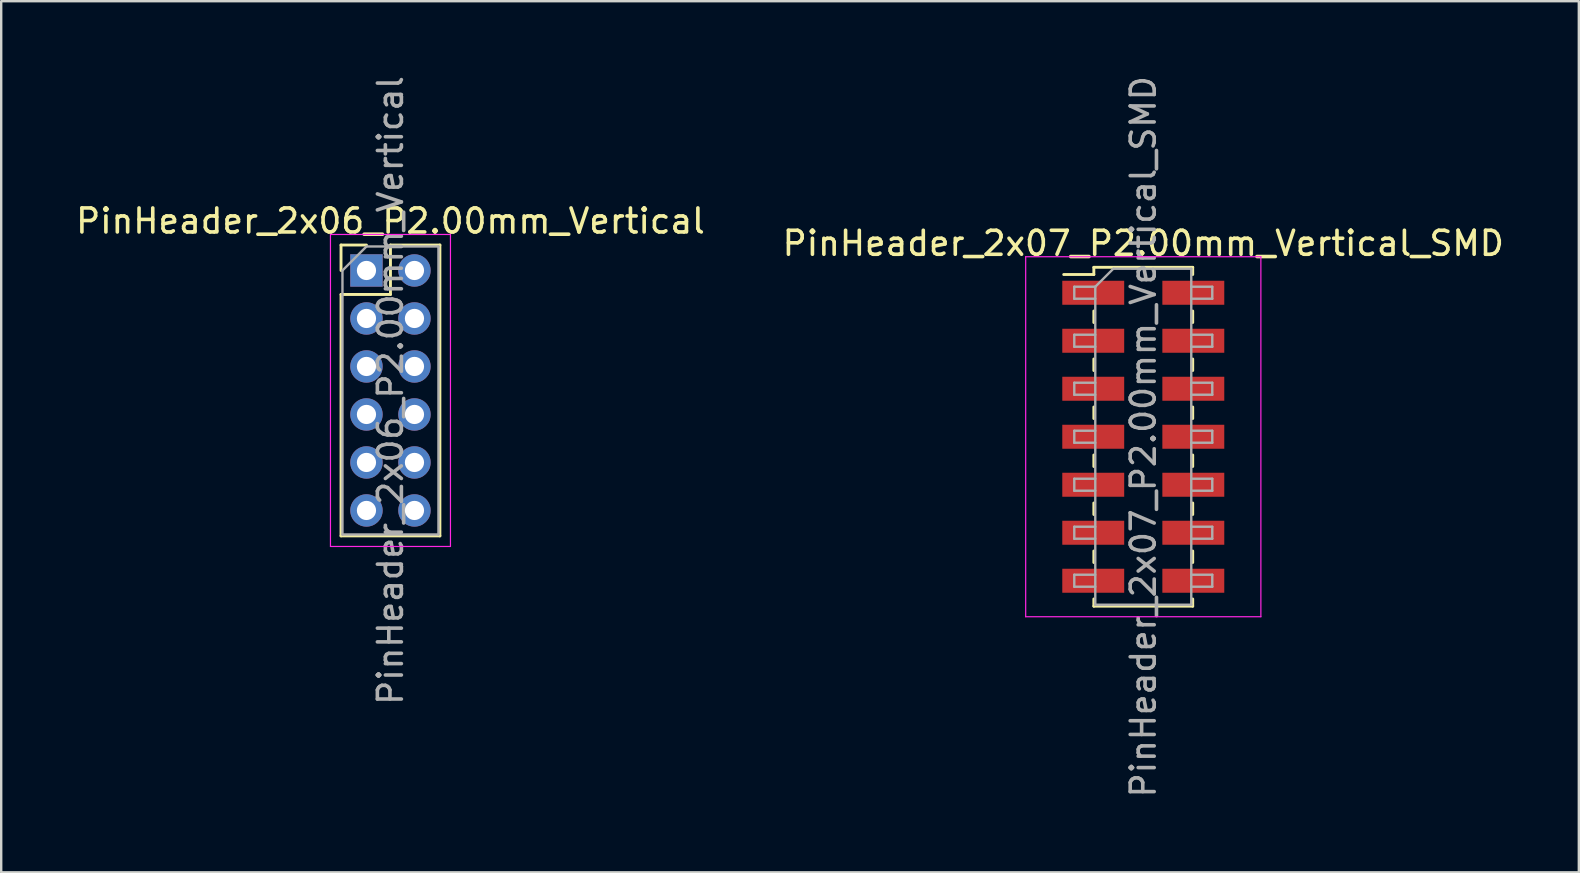
<source format=kicad_pcb>
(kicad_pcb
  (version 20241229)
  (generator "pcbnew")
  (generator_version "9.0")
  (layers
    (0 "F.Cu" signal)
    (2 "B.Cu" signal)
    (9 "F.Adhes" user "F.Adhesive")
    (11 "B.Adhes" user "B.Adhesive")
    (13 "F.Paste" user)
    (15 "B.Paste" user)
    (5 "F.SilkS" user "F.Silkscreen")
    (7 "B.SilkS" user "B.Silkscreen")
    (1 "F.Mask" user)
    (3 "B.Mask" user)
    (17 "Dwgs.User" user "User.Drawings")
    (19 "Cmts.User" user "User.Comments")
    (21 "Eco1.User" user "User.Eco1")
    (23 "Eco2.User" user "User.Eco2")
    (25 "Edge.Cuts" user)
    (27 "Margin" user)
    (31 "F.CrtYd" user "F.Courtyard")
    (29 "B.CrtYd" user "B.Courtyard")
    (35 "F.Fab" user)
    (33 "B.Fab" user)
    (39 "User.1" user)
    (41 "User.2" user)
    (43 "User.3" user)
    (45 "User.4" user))
  (footprint "PinHeader_2x06_P2.00mm_Vertical"
    (layer "F.Cu")
    (at 12.22 8.22)
    (property "Reference" "PinHeader_2x06_P2.00mm_Vertical" (at 1 -2.06 0) (layer "F.SilkS") (effects (font (size 1 1) (thickness 0.15))))
    (attr through_hole)
    (fp_line (start -1.06 -1.06) (end 0 -1.06) (stroke (width 0.12) (type solid)) (layer "F.SilkS"))
    (fp_line (start -1.06 0) (end -1.06 -1.06) (stroke (width 0.12) (type solid)) (layer "F.SilkS"))
    (fp_line (start -1.06 1) (end -1.06 11.06) (stroke (width 0.12) (type solid)) (layer "F.SilkS"))
    (fp_line (start -1.06 1) (end 1 1) (stroke (width 0.12) (type solid)) (layer "F.SilkS"))
    (fp_line (start -1.06 11.06) (end 3.06 11.06) (stroke (width 0.12) (type solid)) (layer "F.SilkS"))
    (fp_line (start 1 -1.06) (end 3.06 -1.06) (stroke (width 0.12) (type solid)) (layer "F.SilkS"))
    (fp_line (start 1 1) (end 1 -1.06) (stroke (width 0.12) (type solid)) (layer "F.SilkS"))
    (fp_line (start 3.06 -1.06) (end 3.06 11.06) (stroke (width 0.12) (type solid)) (layer "F.SilkS"))
    (fp_line (start -1.5 -1.5) (end -1.5 11.5) (stroke (width 0.05) (type solid)) (layer "F.CrtYd"))
    (fp_line (start -1.5 11.5) (end 3.5 11.5) (stroke (width 0.05) (type solid)) (layer "F.CrtYd"))
    (fp_line (start 3.5 -1.5) (end -1.5 -1.5) (stroke (width 0.05) (type solid)) (layer "F.CrtYd"))
    (fp_line (start 3.5 11.5) (end 3.5 -1.5) (stroke (width 0.05) (type solid)) (layer "F.CrtYd"))
    (fp_line (start -1 0) (end 0 -1) (stroke (width 0.1) (type solid)) (layer "F.Fab"))
    (fp_line (start -1 11) (end -1 0) (stroke (width 0.1) (type solid)) (layer "F.Fab"))
    (fp_line (start 0 -1) (end 3 -1) (stroke (width 0.1) (type solid)) (layer "F.Fab"))
    (fp_line (start 3 -1) (end 3 11) (stroke (width 0.1) (type solid)) (layer "F.Fab"))
    (fp_line (start 3 11) (end -1 11) (stroke (width 0.1) (type solid)) (layer "F.Fab"))
    (fp_text user "${REFERENCE}" (at 1 5 90) (layer "F.Fab") (effects (font (size 1 1) (thickness 0.15))))
    (pad "1" thru_hole rect (at 0 0) (size 1.35 1.35) (drill 0.8) (layers "*.Cu" "*.Mask"))
    (pad "2" thru_hole oval (at 2 0) (size 1.35 1.35) (drill 0.8) (layers "*.Cu" "*.Mask"))
    (pad "3" thru_hole oval (at 0 2) (size 1.35 1.35) (drill 0.8) (layers "*.Cu" "*.Mask"))
    (pad "4" thru_hole oval (at 2 2) (size 1.35 1.35) (drill 0.8) (layers "*.Cu" "*.Mask"))
    (pad "5" thru_hole oval (at 0 4) (size 1.35 1.35) (drill 0.8) (layers "*.Cu" "*.Mask"))
    (pad "6" thru_hole oval (at 2 4) (size 1.35 1.35) (drill 0.8) (layers "*.Cu" "*.Mask"))
    (pad "7" thru_hole oval (at 0 6) (size 1.35 1.35) (drill 0.8) (layers "*.Cu" "*.Mask"))
    (pad "8" thru_hole oval (at 2 6) (size 1.35 1.35) (drill 0.8) (layers "*.Cu" "*.Mask"))
    (pad "9" thru_hole oval (at 0 8) (size 1.35 1.35) (drill 0.8) (layers "*.Cu" "*.Mask"))
    (pad "10" thru_hole oval (at 2 8) (size 1.35 1.35) (drill 0.8) (layers "*.Cu" "*.Mask"))
    (pad "11" thru_hole oval (at 0 10) (size 1.35 1.35) (drill 0.8) (layers "*.Cu" "*.Mask"))
    (pad "12" thru_hole oval (at 2 10) (size 1.35 1.35) (drill 0.8) (layers "*.Cu" "*.Mask")))
  (footprint "PinHeader_2x07_P2.00mm_Vertical_SMD"
    (layer "F.Cu")
    (at 44.589 15.149)
    (property "Reference" "PinHeader_2x07_P2.00mm_Vertical_SMD" (at 0 -8.06 0) (layer "F.SilkS") (effects (font (size 1 1) (thickness 0.15))))
    (attr smd)
    (fp_line (start -3.315 -6.76) (end -2.06 -6.76) (stroke (width 0.12) (type solid)) (layer "F.SilkS"))
    (fp_line (start -2.06 -7.06) (end -2.06 -6.76) (stroke (width 0.12) (type solid)) (layer "F.SilkS"))
    (fp_line (start -2.06 -7.06) (end 2.06 -7.06) (stroke (width 0.12) (type solid)) (layer "F.SilkS"))
    (fp_line (start -2.06 -5.24) (end -2.06 -4.76) (stroke (width 0.12) (type solid)) (layer "F.SilkS"))
    (fp_line (start -2.06 -3.24) (end -2.06 -2.76) (stroke (width 0.12) (type solid)) (layer "F.SilkS"))
    (fp_line (start -2.06 -1.24) (end -2.06 -0.76) (stroke (width 0.12) (type solid)) (layer "F.SilkS"))
    (fp_line (start -2.06 0.76) (end -2.06 1.24) (stroke (width 0.12) (type solid)) (layer "F.SilkS"))
    (fp_line (start -2.06 2.76) (end -2.06 3.24) (stroke (width 0.12) (type solid)) (layer "F.SilkS"))
    (fp_line (start -2.06 4.76) (end -2.06 5.24) (stroke (width 0.12) (type solid)) (layer "F.SilkS"))
    (fp_line (start -2.06 6.76) (end -2.06 7.06) (stroke (width 0.12) (type solid)) (layer "F.SilkS"))
    (fp_line (start -2.06 7.06) (end 2.06 7.06) (stroke (width 0.12) (type solid)) (layer "F.SilkS"))
    (fp_line (start 2.06 -7.06) (end 2.06 -6.76) (stroke (width 0.12) (type solid)) (layer "F.SilkS"))
    (fp_line (start 2.06 -5.24) (end 2.06 -4.76) (stroke (width 0.12) (type solid)) (layer "F.SilkS"))
    (fp_line (start 2.06 -3.24) (end 2.06 -2.76) (stroke (width 0.12) (type solid)) (layer "F.SilkS"))
    (fp_line (start 2.06 -1.24) (end 2.06 -0.76) (stroke (width 0.12) (type solid)) (layer "F.SilkS"))
    (fp_line (start 2.06 0.76) (end 2.06 1.24) (stroke (width 0.12) (type solid)) (layer "F.SilkS"))
    (fp_line (start 2.06 2.76) (end 2.06 3.24) (stroke (width 0.12) (type solid)) (layer "F.SilkS"))
    (fp_line (start 2.06 4.76) (end 2.06 5.24) (stroke (width 0.12) (type solid)) (layer "F.SilkS"))
    (fp_line (start 2.06 6.76) (end 2.06 7.06) (stroke (width 0.12) (type solid)) (layer "F.SilkS"))
    (fp_line (start -4.9 -7.5) (end -4.9 7.5) (stroke (width 0.05) (type solid)) (layer "F.CrtYd"))
    (fp_line (start -4.9 7.5) (end 4.9 7.5) (stroke (width 0.05) (type solid)) (layer "F.CrtYd"))
    (fp_line (start 4.9 -7.5) (end -4.9 -7.5) (stroke (width 0.05) (type solid)) (layer "F.CrtYd"))
    (fp_line (start 4.9 7.5) (end 4.9 -7.5) (stroke (width 0.05) (type solid)) (layer "F.CrtYd"))
    (fp_line (start -2.875 -6.25) (end -2.875 -5.75) (stroke (width 0.1) (type solid)) (layer "F.Fab"))
    (fp_line (start -2.875 -5.75) (end -2 -5.75) (stroke (width 0.1) (type solid)) (layer "F.Fab"))
    (fp_line (start -2.875 -4.25) (end -2.875 -3.75) (stroke (width 0.1) (type solid)) (layer "F.Fab"))
    (fp_line (start -2.875 -3.75) (end -2 -3.75) (stroke (width 0.1) (type solid)) (layer "F.Fab"))
    (fp_line (start -2.875 -2.25) (end -2.875 -1.75) (stroke (width 0.1) (type solid)) (layer "F.Fab"))
    (fp_line (start -2.875 -1.75) (end -2 -1.75) (stroke (width 0.1) (type solid)) (layer "F.Fab"))
    (fp_line (start -2.875 -0.25) (end -2.875 0.25) (stroke (width 0.1) (type solid)) (layer "F.Fab"))
    (fp_line (start -2.875 0.25) (end -2 0.25) (stroke (width 0.1) (type solid)) (layer "F.Fab"))
    (fp_line (start -2.875 1.75) (end -2.875 2.25) (stroke (width 0.1) (type solid)) (layer "F.Fab"))
    (fp_line (start -2.875 2.25) (end -2 2.25) (stroke (width 0.1) (type solid)) (layer "F.Fab"))
    (fp_line (start -2.875 3.75) (end -2.875 4.25) (stroke (width 0.1) (type solid)) (layer "F.Fab"))
    (fp_line (start -2.875 4.25) (end -2 4.25) (stroke (width 0.1) (type solid)) (layer "F.Fab"))
    (fp_line (start -2.875 5.75) (end -2.875 6.25) (stroke (width 0.1) (type solid)) (layer "F.Fab"))
    (fp_line (start -2.875 6.25) (end -2 6.25) (stroke (width 0.1) (type solid)) (layer "F.Fab"))
    (fp_line (start -2 -6.25) (end -2.875 -6.25) (stroke (width 0.1) (type solid)) (layer "F.Fab"))
    (fp_line (start -2 -6.25) (end -1.25 -7) (stroke (width 0.1) (type solid)) (layer "F.Fab"))
    (fp_line (start -2 -4.25) (end -2.875 -4.25) (stroke (width 0.1) (type solid)) (layer "F.Fab"))
    (fp_line (start -2 -2.25) (end -2.875 -2.25) (stroke (width 0.1) (type solid)) (layer "F.Fab"))
    (fp_line (start -2 -0.25) (end -2.875 -0.25) (stroke (width 0.1) (type solid)) (layer "F.Fab"))
    (fp_line (start -2 1.75) (end -2.875 1.75) (stroke (width 0.1) (type solid)) (layer "F.Fab"))
    (fp_line (start -2 3.75) (end -2.875 3.75) (stroke (width 0.1) (type solid)) (layer "F.Fab"))
    (fp_line (start -2 5.75) (end -2.875 5.75) (stroke (width 0.1) (type solid)) (layer "F.Fab"))
    (fp_line (start -2 7) (end -2 -6.25) (stroke (width 0.1) (type solid)) (layer "F.Fab"))
    (fp_line (start -1.25 -7) (end 2 -7) (stroke (width 0.1) (type solid)) (layer "F.Fab"))
    (fp_line (start 2 -7) (end 2 7) (stroke (width 0.1) (type solid)) (layer "F.Fab"))
    (fp_line (start 2 -6.25) (end 2.875 -6.25) (stroke (width 0.1) (type solid)) (layer "F.Fab"))
    (fp_line (start 2 -4.25) (end 2.875 -4.25) (stroke (width 0.1) (type solid)) (layer "F.Fab"))
    (fp_line (start 2 -2.25) (end 2.875 -2.25) (stroke (width 0.1) (type solid)) (layer "F.Fab"))
    (fp_line (start 2 -0.25) (end 2.875 -0.25) (stroke (width 0.1) (type solid)) (layer "F.Fab"))
    (fp_line (start 2 1.75) (end 2.875 1.75) (stroke (width 0.1) (type solid)) (layer "F.Fab"))
    (fp_line (start 2 3.75) (end 2.875 3.75) (stroke (width 0.1) (type solid)) (layer "F.Fab"))
    (fp_line (start 2 5.75) (end 2.875 5.75) (stroke (width 0.1) (type solid)) (layer "F.Fab"))
    (fp_line (start 2 7) (end -2 7) (stroke (width 0.1) (type solid)) (layer "F.Fab"))
    (fp_line (start 2.875 -6.25) (end 2.875 -5.75) (stroke (width 0.1) (type solid)) (layer "F.Fab"))
    (fp_line (start 2.875 -5.75) (end 2 -5.75) (stroke (width 0.1) (type solid)) (layer "F.Fab"))
    (fp_line (start 2.875 -4.25) (end 2.875 -3.75) (stroke (width 0.1) (type solid)) (layer "F.Fab"))
    (fp_line (start 2.875 -3.75) (end 2 -3.75) (stroke (width 0.1) (type solid)) (layer "F.Fab"))
    (fp_line (start 2.875 -2.25) (end 2.875 -1.75) (stroke (width 0.1) (type solid)) (layer "F.Fab"))
    (fp_line (start 2.875 -1.75) (end 2 -1.75) (stroke (width 0.1) (type solid)) (layer "F.Fab"))
    (fp_line (start 2.875 -0.25) (end 2.875 0.25) (stroke (width 0.1) (type solid)) (layer "F.Fab"))
    (fp_line (start 2.875 0.25) (end 2 0.25) (stroke (width 0.1) (type solid)) (layer "F.Fab"))
    (fp_line (start 2.875 1.75) (end 2.875 2.25) (stroke (width 0.1) (type solid)) (layer "F.Fab"))
    (fp_line (start 2.875 2.25) (end 2 2.25) (stroke (width 0.1) (type solid)) (layer "F.Fab"))
    (fp_line (start 2.875 3.75) (end 2.875 4.25) (stroke (width 0.1) (type solid)) (layer "F.Fab"))
    (fp_line (start 2.875 4.25) (end 2 4.25) (stroke (width 0.1) (type solid)) (layer "F.Fab"))
    (fp_line (start 2.875 5.75) (end 2.875 6.25) (stroke (width 0.1) (type solid)) (layer "F.Fab"))
    (fp_line (start 2.875 6.25) (end 2 6.25) (stroke (width 0.1) (type solid)) (layer "F.Fab"))
    (fp_text user "${REFERENCE}" (at 0 0 90) (layer "F.Fab") (effects (font (size 1 1) (thickness 0.15))))
    (pad "1" smd rect (at -2.085 -6) (size 2.58 1) (layers "F.Cu" "F.Mask" "F.Paste"))
    (pad "2" smd rect (at 2.085 -6) (size 2.58 1) (layers "F.Cu" "F.Mask" "F.Paste"))
    (pad "3" smd rect (at -2.085 -4) (size 2.58 1) (layers "F.Cu" "F.Mask" "F.Paste"))
    (pad "4" smd rect (at 2.085 -4) (size 2.58 1) (layers "F.Cu" "F.Mask" "F.Paste"))
    (pad "5" smd rect (at -2.085 -2) (size 2.58 1) (layers "F.Cu" "F.Mask" "F.Paste"))
    (pad "6" smd rect (at 2.085 -2) (size 2.58 1) (layers "F.Cu" "F.Mask" "F.Paste"))
    (pad "7" smd rect (at -2.085 0) (size 2.58 1) (layers "F.Cu" "F.Mask" "F.Paste"))
    (pad "8" smd rect (at 2.085 0) (size 2.58 1) (layers "F.Cu" "F.Mask" "F.Paste"))
    (pad "9" smd rect (at -2.085 2) (size 2.58 1) (layers "F.Cu" "F.Mask" "F.Paste"))
    (pad "10" smd rect (at 2.085 2) (size 2.58 1) (layers "F.Cu" "F.Mask" "F.Paste"))
    (pad "11" smd rect (at -2.085 4) (size 2.58 1) (layers "F.Cu" "F.Mask" "F.Paste"))
    (pad "12" smd rect (at 2.085 4) (size 2.58 1) (layers "F.Cu" "F.Mask" "F.Paste"))
    (pad "13" smd rect (at -2.085 6) (size 2.58 1) (layers "F.Cu" "F.Mask" "F.Paste"))
    (pad "14" smd rect (at 2.085 6) (size 2.58 1) (layers "F.Cu" "F.Mask" "F.Paste")))
  (gr_rect
    (start -3 -3)
    (end 62.738 33.298)
    (stroke (width 0.1) (type default))
    (fill no)
    (layer "Edge.Cuts")))
</source>
